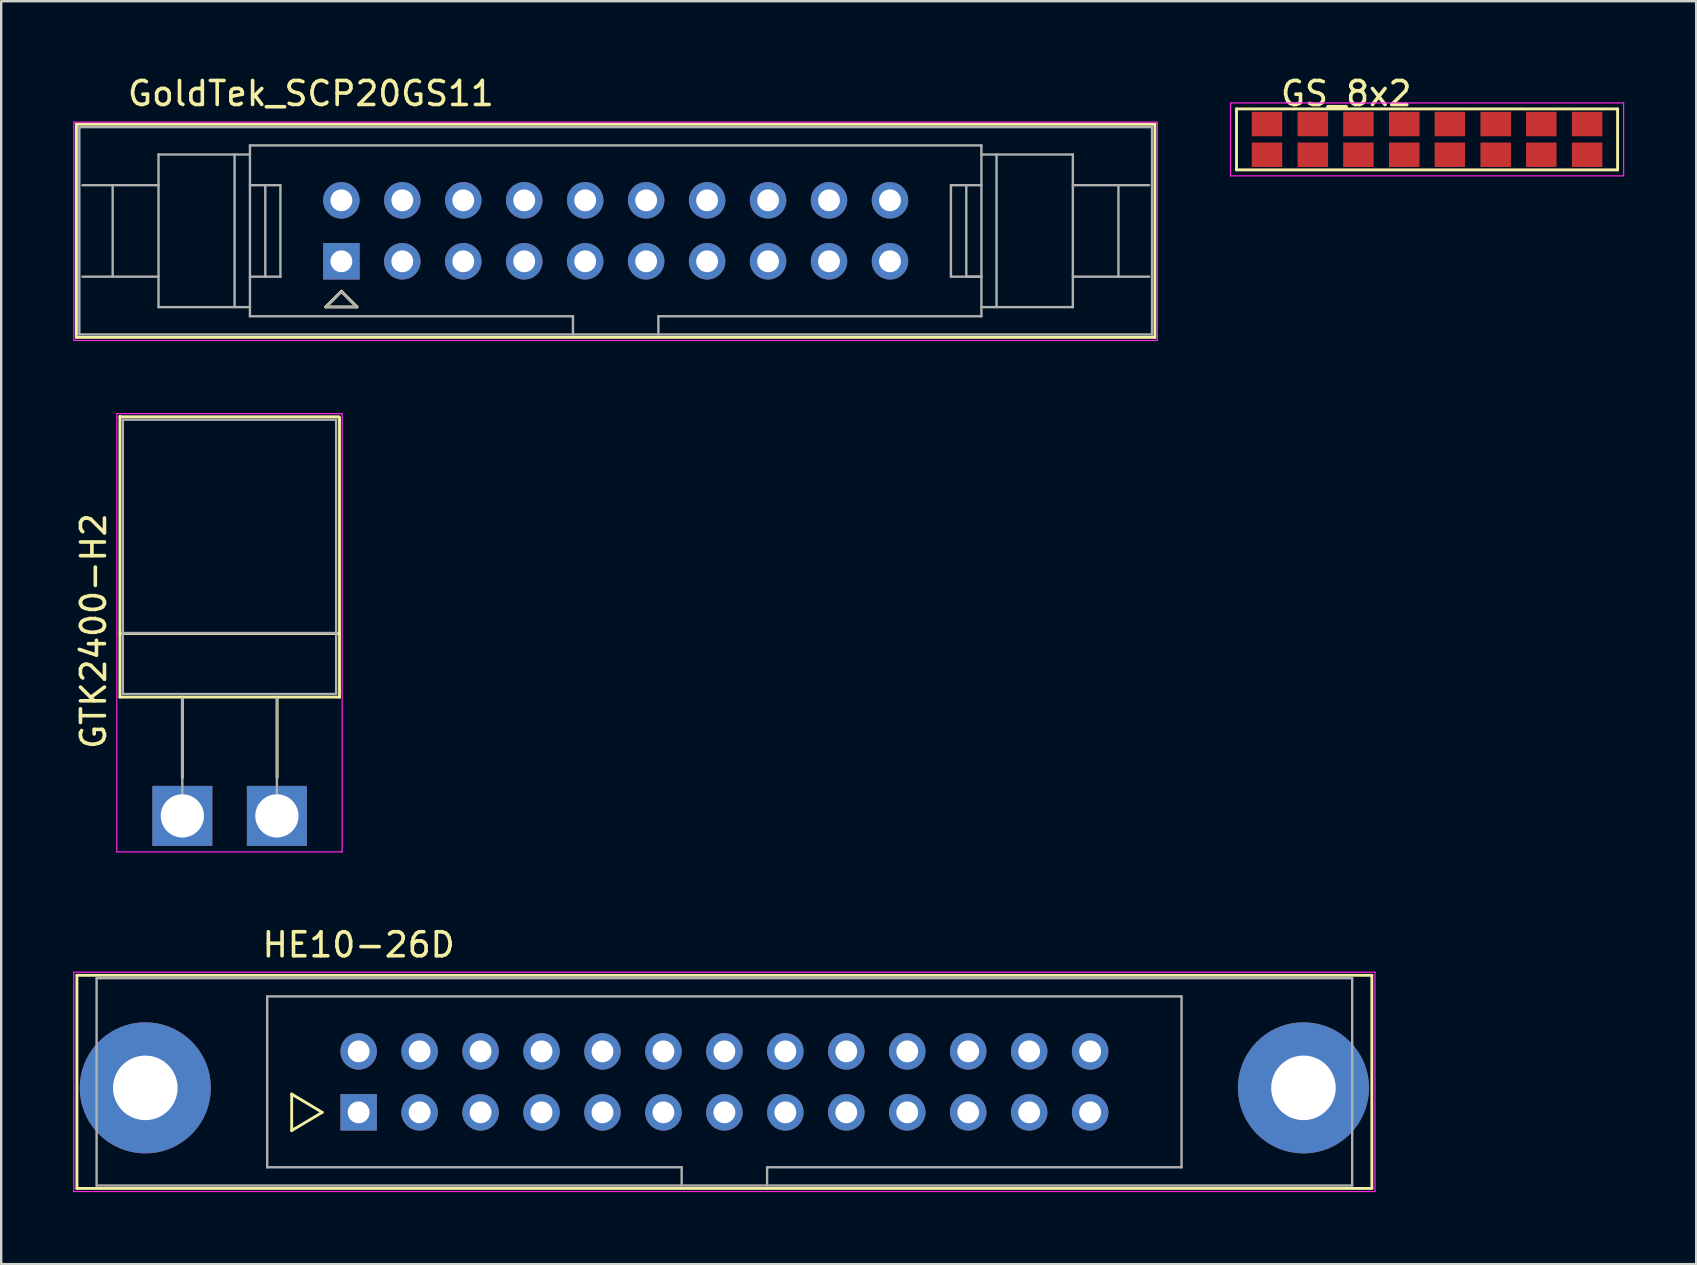
<source format=kicad_pcb>
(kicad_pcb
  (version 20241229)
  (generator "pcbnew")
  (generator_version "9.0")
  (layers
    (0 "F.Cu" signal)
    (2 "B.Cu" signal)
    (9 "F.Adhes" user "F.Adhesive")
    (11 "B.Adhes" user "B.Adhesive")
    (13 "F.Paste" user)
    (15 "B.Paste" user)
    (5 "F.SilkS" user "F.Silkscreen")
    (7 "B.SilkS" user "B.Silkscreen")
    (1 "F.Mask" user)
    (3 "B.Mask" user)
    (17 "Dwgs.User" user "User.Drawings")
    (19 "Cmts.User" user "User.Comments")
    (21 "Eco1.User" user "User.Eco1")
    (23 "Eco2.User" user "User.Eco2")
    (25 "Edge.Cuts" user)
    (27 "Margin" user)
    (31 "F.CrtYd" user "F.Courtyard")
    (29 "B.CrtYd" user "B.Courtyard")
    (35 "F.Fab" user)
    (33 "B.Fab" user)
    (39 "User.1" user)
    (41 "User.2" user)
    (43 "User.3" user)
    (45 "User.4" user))
  (footprint "GoldTek_SCP20GS11"
    (layer "F.Cu")
    (at 11.175 7.838)
    (property "Reference" "GoldTek_SCP20GS11" (at -1.27 -6.99 0) (layer "F.SilkS") (effects (font (size 1 1) (thickness 0.15))))
    (attr through_hole)
    (fp_line (start -11.04 -5.71) (end -11.04 3.17) (stroke (width 0.12) (type solid)) (layer "F.SilkS"))
    (fp_line (start -11.04 -5.71) (end 33.9 -5.71) (stroke (width 0.12) (type solid)) (layer "F.SilkS"))
    (fp_line (start -0.65 1.9) (end 0 1.25) (stroke (width 0.12) (type solid)) (layer "F.SilkS"))
    (fp_line (start 0 1.25) (end 0.65 1.9) (stroke (width 0.12) (type solid)) (layer "F.SilkS"))
    (fp_line (start 0.65 1.9) (end -0.65 1.9) (stroke (width 0.12) (type solid)) (layer "F.SilkS"))
    (fp_line (start 33.9 3.17) (end -11.04 3.17) (stroke (width 0.12) (type solid)) (layer "F.SilkS"))
    (fp_line (start 33.9 3.17) (end 33.9 -5.71) (stroke (width 0.12) (type solid)) (layer "F.SilkS"))
    (fp_line (start -11.15 -5.8) (end 34 -5.8) (stroke (width 0.05) (type solid)) (layer "F.CrtYd"))
    (fp_line (start -11.15 3.3) (end -11.15 -5.8) (stroke (width 0.05) (type solid)) (layer "F.CrtYd"))
    (fp_line (start 34 -5.8) (end 34 3.3) (stroke (width 0.05) (type solid)) (layer "F.CrtYd"))
    (fp_line (start 34 3.3) (end -11.15 3.3) (stroke (width 0.05) (type solid)) (layer "F.CrtYd"))
    (fp_line (start -10.92 -5.59) (end -10.92 3.05) (stroke (width 0.1) (type solid)) (layer "F.Fab"))
    (fp_line (start -10.92 3.05) (end 33.78 3.05) (stroke (width 0.1) (type solid)) (layer "F.Fab"))
    (fp_line (start -9.53 -3.17) (end -9.53 0.64) (stroke (width 0.1) (type solid)) (layer "F.Fab"))
    (fp_line (start -7.62 -4.45) (end -7.62 1.91) (stroke (width 0.1) (type solid)) (layer "F.Fab"))
    (fp_line (start -7.62 -3.17) (end -10.79 -3.17) (stroke (width 0.1) (type solid)) (layer "F.Fab"))
    (fp_line (start -7.62 0.64) (end -10.79 0.64) (stroke (width 0.1) (type solid)) (layer "F.Fab"))
    (fp_line (start -7.62 1.91) (end -3.81 1.91) (stroke (width 0.1) (type solid)) (layer "F.Fab"))
    (fp_line (start -4.45 -4.45) (end -4.45 1.91) (stroke (width 0.1) (type solid)) (layer "F.Fab"))
    (fp_line (start -3.81 -4.83) (end 26.67 -4.83) (stroke (width 0.1) (type solid)) (layer "F.Fab"))
    (fp_line (start -3.81 -4.45) (end -7.62 -4.45) (stroke (width 0.1) (type solid)) (layer "F.Fab"))
    (fp_line (start -3.81 -3.17) (end -3.17 -3.17) (stroke (width 0.1) (type solid)) (layer "F.Fab"))
    (fp_line (start -3.81 2.29) (end -3.81 -4.83) (stroke (width 0.1) (type solid)) (layer "F.Fab"))
    (fp_line (start -3.17 -3.17) (end -3.17 0.64) (stroke (width 0.1) (type solid)) (layer "F.Fab"))
    (fp_line (start -3.17 -3.17) (end -2.54 -3.17) (stroke (width 0.1) (type solid)) (layer "F.Fab"))
    (fp_line (start -3.17 0.64) (end -3.81 0.64) (stroke (width 0.1) (type solid)) (layer "F.Fab"))
    (fp_line (start -2.54 -3.17) (end -2.54 0.64) (stroke (width 0.1) (type solid)) (layer "F.Fab"))
    (fp_line (start -2.54 0.64) (end -3.17 0.64) (stroke (width 0.1) (type solid)) (layer "F.Fab"))
    (fp_line (start -0.64 1.91) (end 0 1.27) (stroke (width 0.1) (type solid)) (layer "F.Fab"))
    (fp_line (start 0 1.27) (end 0.64 1.91) (stroke (width 0.1) (type solid)) (layer "F.Fab"))
    (fp_line (start 0.64 1.91) (end -0.64 1.91) (stroke (width 0.1) (type solid)) (layer "F.Fab"))
    (fp_line (start 9.65 2.29) (end -3.81 2.29) (stroke (width 0.1) (type solid)) (layer "F.Fab"))
    (fp_line (start 9.65 3.05) (end 9.65 2.29) (stroke (width 0.1) (type solid)) (layer "F.Fab"))
    (fp_line (start 13.21 2.29) (end 13.21 3.05) (stroke (width 0.1) (type solid)) (layer "F.Fab"))
    (fp_line (start 25.4 -3.17) (end 26.04 -3.17) (stroke (width 0.1) (type solid)) (layer "F.Fab"))
    (fp_line (start 25.4 0.64) (end 25.4 -3.17) (stroke (width 0.1) (type solid)) (layer "F.Fab"))
    (fp_line (start 26.04 -3.17) (end 26.04 0.64) (stroke (width 0.1) (type solid)) (layer "F.Fab"))
    (fp_line (start 26.04 0.64) (end 25.4 0.64) (stroke (width 0.1) (type solid)) (layer "F.Fab"))
    (fp_line (start 26.04 0.64) (end 26.67 0.64) (stroke (width 0.1) (type solid)) (layer "F.Fab"))
    (fp_line (start 26.67 -4.83) (end 26.67 2.29) (stroke (width 0.1) (type solid)) (layer "F.Fab"))
    (fp_line (start 26.67 -4.45) (end 30.48 -4.45) (stroke (width 0.1) (type solid)) (layer "F.Fab"))
    (fp_line (start 26.67 -3.17) (end 26.04 -3.17) (stroke (width 0.1) (type solid)) (layer "F.Fab"))
    (fp_line (start 26.67 0.64) (end 26.04 0.64) (stroke (width 0.1) (type solid)) (layer "F.Fab"))
    (fp_line (start 26.67 2.29) (end 13.21 2.29) (stroke (width 0.1) (type solid)) (layer "F.Fab"))
    (fp_line (start 27.3 -4.45) (end 27.3 1.91) (stroke (width 0.1) (type solid)) (layer "F.Fab"))
    (fp_line (start 30.48 -4.45) (end 30.48 1.91) (stroke (width 0.1) (type solid)) (layer "F.Fab"))
    (fp_line (start 30.48 -3.17) (end 33.66 -3.17) (stroke (width 0.1) (type solid)) (layer "F.Fab"))
    (fp_line (start 30.48 0.64) (end 33.66 0.64) (stroke (width 0.1) (type solid)) (layer "F.Fab"))
    (fp_line (start 30.48 1.91) (end 26.67 1.91) (stroke (width 0.1) (type solid)) (layer "F.Fab"))
    (fp_line (start 32.38 -3.17) (end 32.38 0.64) (stroke (width 0.1) (type solid)) (layer "F.Fab"))
    (fp_line (start 33.78 -5.59) (end -10.92 -5.59) (stroke (width 0.1) (type solid)) (layer "F.Fab"))
    (fp_line (start 33.78 3.05) (end 33.78 -5.59) (stroke (width 0.1) (type solid)) (layer "F.Fab"))
    (pad "1" thru_hole rect (at 0 0) (size 1.52 1.52) (drill 0.91) (layers "*.Cu" "*.Mask"))
    (pad "2" thru_hole circle (at 0 -2.54) (size 1.52 1.52) (drill 0.91) (layers "*.Cu" "*.Mask"))
    (pad "3" thru_hole circle (at 2.54 0) (size 1.52 1.52) (drill 0.91) (layers "*.Cu" "*.Mask"))
    (pad "4" thru_hole circle (at 2.54 -2.54) (size 1.52 1.52) (drill 0.91) (layers "*.Cu" "*.Mask"))
    (pad "5" thru_hole circle (at 5.08 0) (size 1.52 1.52) (drill 0.91) (layers "*.Cu" "*.Mask"))
    (pad "6" thru_hole circle (at 5.08 -2.54) (size 1.52 1.52) (drill 0.91) (layers "*.Cu" "*.Mask"))
    (pad "7" thru_hole circle (at 7.62 0) (size 1.52 1.52) (drill 0.91) (layers "*.Cu" "*.Mask"))
    (pad "8" thru_hole circle (at 7.62 -2.54) (size 1.52 1.52) (drill 0.91) (layers "*.Cu" "*.Mask"))
    (pad "9" thru_hole circle (at 10.16 0) (size 1.52 1.52) (drill 0.91) (layers "*.Cu" "*.Mask"))
    (pad "10" thru_hole circle (at 10.16 -2.54) (size 1.52 1.52) (drill 0.91) (layers "*.Cu" "*.Mask"))
    (pad "11" thru_hole circle (at 12.7 0) (size 1.52 1.52) (drill 0.91) (layers "*.Cu" "*.Mask"))
    (pad "12" thru_hole circle (at 12.7 -2.54) (size 1.52 1.52) (drill 0.91) (layers "*.Cu" "*.Mask"))
    (pad "13" thru_hole circle (at 15.24 0) (size 1.52 1.52) (drill 0.91) (layers "*.Cu" "*.Mask"))
    (pad "14" thru_hole circle (at 15.24 -2.54) (size 1.52 1.52) (drill 0.91) (layers "*.Cu" "*.Mask"))
    (pad "15" thru_hole circle (at 17.78 0) (size 1.52 1.52) (drill 0.91) (layers "*.Cu" "*.Mask"))
    (pad "16" thru_hole circle (at 17.78 -2.54) (size 1.52 1.52) (drill 0.91) (layers "*.Cu" "*.Mask"))
    (pad "17" thru_hole circle (at 20.32 0) (size 1.52 1.52) (drill 0.91) (layers "*.Cu" "*.Mask"))
    (pad "18" thru_hole circle (at 20.32 -2.54) (size 1.52 1.52) (drill 0.91) (layers "*.Cu" "*.Mask"))
    (pad "19" thru_hole circle (at 22.86 0) (size 1.52 1.52) (drill 0.91) (layers "*.Cu" "*.Mask"))
    (pad "20" thru_hole circle (at 22.86 -2.54) (size 1.52 1.52) (drill 0.91) (layers "*.Cu" "*.Mask")))
  (footprint "HE10-26D"
    (layer "F.Cu")
    (at 11.895 43.301)
    (property "Reference" "HE10-26D" (at 0 -6.98 0) (layer "F.SilkS") (effects (font (size 1 1) (thickness 0.15))))
    (attr through_hole)
    (fp_line (start -11.74 -5.71) (end -11.74 3.17) (stroke (width 0.12) (type solid)) (layer "F.SilkS"))
    (fp_line (start -11.74 -5.71) (end 42.22 -5.71) (stroke (width 0.12) (type solid)) (layer "F.SilkS"))
    (fp_line (start -2.79 -0.76) (end -2.79 0.76) (stroke (width 0.12) (type solid)) (layer "F.SilkS"))
    (fp_line (start -2.79 0.76) (end -1.52 0) (stroke (width 0.12) (type solid)) (layer "F.SilkS"))
    (fp_line (start -1.52 0) (end -2.79 -0.76) (stroke (width 0.12) (type solid)) (layer "F.SilkS"))
    (fp_line (start 42.22 3.17) (end -11.74 3.17) (stroke (width 0.12) (type solid)) (layer "F.SilkS"))
    (fp_line (start 42.22 3.17) (end 42.22 -5.71) (stroke (width 0.12) (type solid)) (layer "F.SilkS"))
    (fp_line (start -11.87 -5.84) (end -11.87 3.3) (stroke (width 0.05) (type solid)) (layer "F.CrtYd"))
    (fp_line (start -11.87 -5.84) (end 42.35 -5.84) (stroke (width 0.05) (type solid)) (layer "F.CrtYd"))
    (fp_line (start 42.35 3.3) (end -11.87 3.3) (stroke (width 0.05) (type solid)) (layer "F.CrtYd"))
    (fp_line (start 42.35 3.3) (end 42.35 -5.84) (stroke (width 0.05) (type solid)) (layer "F.CrtYd"))
    (fp_line (start -10.92 -5.59) (end -10.92 3.05) (stroke (width 0.1) (type solid)) (layer "F.Fab"))
    (fp_line (start -10.92 3.05) (end 41.4 3.05) (stroke (width 0.1) (type solid)) (layer "F.Fab"))
    (fp_line (start -3.81 -4.83) (end 34.29 -4.83) (stroke (width 0.1) (type solid)) (layer "F.Fab"))
    (fp_line (start -3.81 2.29) (end -3.81 -4.83) (stroke (width 0.1) (type solid)) (layer "F.Fab"))
    (fp_line (start 13.46 2.29) (end -3.81 2.29) (stroke (width 0.1) (type solid)) (layer "F.Fab"))
    (fp_line (start 13.46 3.05) (end 13.46 2.29) (stroke (width 0.1) (type solid)) (layer "F.Fab"))
    (fp_line (start 17.02 2.29) (end 17.02 3.05) (stroke (width 0.1) (type solid)) (layer "F.Fab"))
    (fp_line (start 34.29 -4.83) (end 34.29 2.29) (stroke (width 0.1) (type solid)) (layer "F.Fab"))
    (fp_line (start 34.29 2.29) (end 17.02 2.29) (stroke (width 0.1) (type solid)) (layer "F.Fab"))
    (fp_line (start 41.4 -5.59) (end -10.92 -5.59) (stroke (width 0.1) (type solid)) (layer "F.Fab"))
    (fp_line (start 41.4 3.05) (end 41.4 -5.59) (stroke (width 0.1) (type solid)) (layer "F.Fab"))
    (pad "" thru_hole circle (at -8.89 -1.02) (size 5.46 5.46) (drill 2.69) (layers "*.Cu" "*.Mask"))
    (pad "" thru_hole circle (at 39.37 -1.02) (size 5.46 5.46) (drill 2.69) (layers "*.Cu" "*.Mask"))
    (pad "1" thru_hole rect (at 0 0) (size 1.52 1.52) (drill 0.91) (layers "*.Cu" "*.Mask"))
    (pad "2" thru_hole circle (at 0 -2.54) (size 1.52 1.52) (drill 0.91) (layers "*.Cu" "*.Mask"))
    (pad "3" thru_hole circle (at 2.54 0) (size 1.52 1.52) (drill 0.91) (layers "*.Cu" "*.Mask"))
    (pad "4" thru_hole circle (at 2.54 -2.54) (size 1.52 1.52) (drill 0.91) (layers "*.Cu" "*.Mask"))
    (pad "5" thru_hole circle (at 5.08 0) (size 1.52 1.52) (drill 0.91) (layers "*.Cu" "*.Mask"))
    (pad "6" thru_hole circle (at 5.08 -2.54) (size 1.52 1.52) (drill 0.91) (layers "*.Cu" "*.Mask"))
    (pad "7" thru_hole circle (at 7.62 0) (size 1.52 1.52) (drill 0.91) (layers "*.Cu" "*.Mask"))
    (pad "8" thru_hole circle (at 7.62 -2.54) (size 1.52 1.52) (drill 0.91) (layers "*.Cu" "*.Mask"))
    (pad "9" thru_hole circle (at 10.16 0) (size 1.52 1.52) (drill 0.91) (layers "*.Cu" "*.Mask"))
    (pad "10" thru_hole circle (at 10.16 -2.54) (size 1.52 1.52) (drill 0.91) (layers "*.Cu" "*.Mask"))
    (pad "11" thru_hole circle (at 12.7 0) (size 1.52 1.52) (drill 0.91) (layers "*.Cu" "*.Mask"))
    (pad "12" thru_hole circle (at 12.7 -2.54) (size 1.52 1.52) (drill 0.91) (layers "*.Cu" "*.Mask"))
    (pad "13" thru_hole circle (at 15.24 0) (size 1.52 1.52) (drill 0.91) (layers "*.Cu" "*.Mask"))
    (pad "14" thru_hole circle (at 15.24 -2.54) (size 1.52 1.52) (drill 0.91) (layers "*.Cu" "*.Mask"))
    (pad "15" thru_hole circle (at 17.78 0) (size 1.52 1.52) (drill 0.91) (layers "*.Cu" "*.Mask"))
    (pad "16" thru_hole circle (at 17.78 -2.54) (size 1.52 1.52) (drill 0.91) (layers "*.Cu" "*.Mask"))
    (pad "17" thru_hole circle (at 20.32 0) (size 1.52 1.52) (drill 0.91) (layers "*.Cu" "*.Mask"))
    (pad "18" thru_hole circle (at 20.32 -2.54) (size 1.52 1.52) (drill 0.91) (layers "*.Cu" "*.Mask"))
    (pad "19" thru_hole circle (at 22.86 0) (size 1.52 1.52) (drill 0.91) (layers "*.Cu" "*.Mask"))
    (pad "20" thru_hole circle (at 22.86 -2.54) (size 1.52 1.52) (drill 0.91) (layers "*.Cu" "*.Mask"))
    (pad "21" thru_hole circle (at 25.4 0) (size 1.52 1.52) (drill 0.91) (layers "*.Cu" "*.Mask"))
    (pad "22" thru_hole circle (at 25.4 -2.54) (size 1.52 1.52) (drill 0.91) (layers "*.Cu" "*.Mask"))
    (pad "23" thru_hole circle (at 27.94 0) (size 1.52 1.52) (drill 0.91) (layers "*.Cu" "*.Mask"))
    (pad "24" thru_hole circle (at 27.94 -2.54) (size 1.52 1.52) (drill 0.91) (layers "*.Cu" "*.Mask"))
    (pad "25" thru_hole circle (at 30.48 0) (size 1.52 1.52) (drill 0.91) (layers "*.Cu" "*.Mask"))
    (pad "26" thru_hole circle (at 30.48 -2.54) (size 1.52 1.52) (drill 0.91) (layers "*.Cu" "*.Mask")))
  (footprint "GS_8x2"
    (layer "F.Cu")
    (at 56.415 2.758)
    (property "Reference" "GS_8x2" (at -3.37 -1.91 0) (layer "F.SilkS") (effects (font (size 1 1) (thickness 0.15))))
    (attr smd)
    (fp_line (start -7.94 -1.27) (end 7.94 -1.27) (stroke (width 0.12) (type solid)) (layer "F.SilkS"))
    (fp_line (start -7.94 1.27) (end -7.94 -1.27) (stroke (width 0.12) (type solid)) (layer "F.SilkS"))
    (fp_line (start 7.94 -1.27) (end 7.94 1.27) (stroke (width 0.12) (type solid)) (layer "F.SilkS"))
    (fp_line (start 7.94 1.27) (end -7.94 1.27) (stroke (width 0.12) (type solid)) (layer "F.SilkS"))
    (fp_line (start -8.19 -1.52) (end -8.19 1.52) (stroke (width 0.05) (type solid)) (layer "F.CrtYd"))
    (fp_line (start -8.19 -1.52) (end 8.19 -1.52) (stroke (width 0.05) (type solid)) (layer "F.CrtYd"))
    (fp_line (start 8.19 1.52) (end -8.19 1.52) (stroke (width 0.05) (type solid)) (layer "F.CrtYd"))
    (fp_line (start 8.19 1.52) (end 8.19 -1.52) (stroke (width 0.05) (type solid)) (layer "F.CrtYd"))
    (pad "1" smd rect (at -6.67 0.64) (size 1.27 1.02) (layers "F.Cu" "F.Mask" "F.Paste"))
    (pad "2" smd rect (at -6.67 -0.64) (size 1.27 1.02) (layers "F.Cu" "F.Mask" "F.Paste"))
    (pad "3" smd rect (at -4.76 0.64) (size 1.27 1.02) (layers "F.Cu" "F.Mask" "F.Paste"))
    (pad "4" smd rect (at -4.76 -0.64) (size 1.27 1.02) (layers "F.Cu" "F.Mask" "F.Paste"))
    (pad "5" smd rect (at -2.86 0.64) (size 1.27 1.02) (layers "F.Cu" "F.Mask" "F.Paste"))
    (pad "6" smd rect (at -2.86 -0.64) (size 1.27 1.02) (layers "F.Cu" "F.Mask" "F.Paste"))
    (pad "7" smd rect (at -0.95 0.64) (size 1.27 1.02) (layers "F.Cu" "F.Mask" "F.Paste"))
    (pad "8" smd rect (at -0.95 -0.64) (size 1.27 1.02) (layers "F.Cu" "F.Mask" "F.Paste"))
    (pad "9" smd rect (at 0.95 0.64) (size 1.27 1.02) (layers "F.Cu" "F.Mask" "F.Paste"))
    (pad "10" smd rect (at 0.95 -0.64) (size 1.27 1.02) (layers "F.Cu" "F.Mask" "F.Paste"))
    (pad "11" smd rect (at 2.86 0.64) (size 1.27 1.02) (layers "F.Cu" "F.Mask" "F.Paste"))
    (pad "12" smd rect (at 2.86 -0.64) (size 1.27 1.02) (layers "F.Cu" "F.Mask" "F.Paste"))
    (pad "13" smd rect (at 4.76 0.64) (size 1.27 1.02) (layers "F.Cu" "F.Mask" "F.Paste"))
    (pad "14" smd rect (at 4.76 -0.64) (size 1.27 1.02) (layers "F.Cu" "F.Mask" "F.Paste"))
    (pad "15" smd rect (at 6.67 0.64) (size 1.27 1.02) (layers "F.Cu" "F.Mask" "F.Paste"))
    (pad "16" smd rect (at 6.67 -0.64) (size 1.27 1.02) (layers "F.Cu" "F.Mask" "F.Paste")))
  (footprint "GTK2400-H2"
    (layer "F.Cu")
    (at 4.548 30.948)
    (property "Reference" "GTK2400-H2" (at -3.7 -7.7 90) (layer "F.SilkS") (effects (font (size 1 1) (thickness 0.15))))
    (attr through_hole)
    (fp_line (start -2.6 -16.65) (end -2.6 -4.95) (stroke (width 0.12) (type solid)) (layer "F.SilkS"))
    (fp_line (start -2.6 -16.63) (end 6.53 -16.63) (stroke (width 0.12) (type solid)) (layer "F.SilkS"))
    (fp_line (start -2.6 -7.6) (end 6.5 -7.6) (stroke (width 0.12) (type solid)) (layer "F.SilkS"))
    (fp_line (start -2.6 -4.95) (end 6.55 -4.95) (stroke (width 0.12) (type solid)) (layer "F.SilkS"))
    (fp_line (start 0 -1.6) (end 0 -4.95) (stroke (width 0.12) (type solid)) (layer "F.SilkS"))
    (fp_line (start 3.95 -4.95) (end 3.95 -1.6) (stroke (width 0.12) (type solid)) (layer "F.SilkS"))
    (fp_line (start 6.55 -4.95) (end 6.55 -16.6) (stroke (width 0.12) (type solid)) (layer "F.SilkS"))
    (fp_line (start -2.73 -16.76) (end -2.73 1.5) (stroke (width 0.05) (type solid)) (layer "F.CrtYd"))
    (fp_line (start -2.73 -16.76) (end 6.66 -16.76) (stroke (width 0.05) (type solid)) (layer "F.CrtYd"))
    (fp_line (start 6.66 1.5) (end -2.73 1.5) (stroke (width 0.05) (type solid)) (layer "F.CrtYd"))
    (fp_line (start 6.66 1.5) (end 6.66 -16.76) (stroke (width 0.05) (type solid)) (layer "F.CrtYd"))
    (fp_line (start -2.48 -16.51) (end 6.41 -16.51) (stroke (width 0.1) (type solid)) (layer "F.Fab"))
    (fp_line (start -2.48 -7.62) (end -2.48 -16.51) (stroke (width 0.1) (type solid)) (layer "F.Fab"))
    (fp_line (start -2.48 -7.62) (end 6.41 -7.62) (stroke (width 0.1) (type solid)) (layer "F.Fab"))
    (fp_line (start -2.48 -5.08) (end -2.48 -7.62) (stroke (width 0.1) (type solid)) (layer "F.Fab"))
    (fp_line (start 0 0) (end 0 -4.89) (stroke (width 0.1) (type solid)) (layer "F.Fab"))
    (fp_line (start 3.94 0) (end 3.94 -4.89) (stroke (width 0.1) (type solid)) (layer "F.Fab"))
    (fp_line (start 6.41 -16.51) (end 6.41 -7.62) (stroke (width 0.1) (type solid)) (layer "F.Fab"))
    (fp_line (start 6.41 -7.62) (end 6.41 -5.08) (stroke (width 0.1) (type solid)) (layer "F.Fab"))
    (fp_line (start 6.41 -5.08) (end -2.48 -5.08) (stroke (width 0.1) (type solid)) (layer "F.Fab"))
    (pad "1" thru_hole rect (at 0 0) (size 2.5 2.5) (drill 1.8) (layers "*.Cu" "*.Mask"))
    (pad "2" thru_hole rect (at 3.94 0) (size 2.5 2.5) (drill 1.8) (layers "*.Cu" "*.Mask")))
  (gr_rect
    (start -3 -3)
    (end 67.63 49.627)
    (stroke (width 0.1) (type default))
    (fill no)
    (layer "Edge.Cuts")))
</source>
